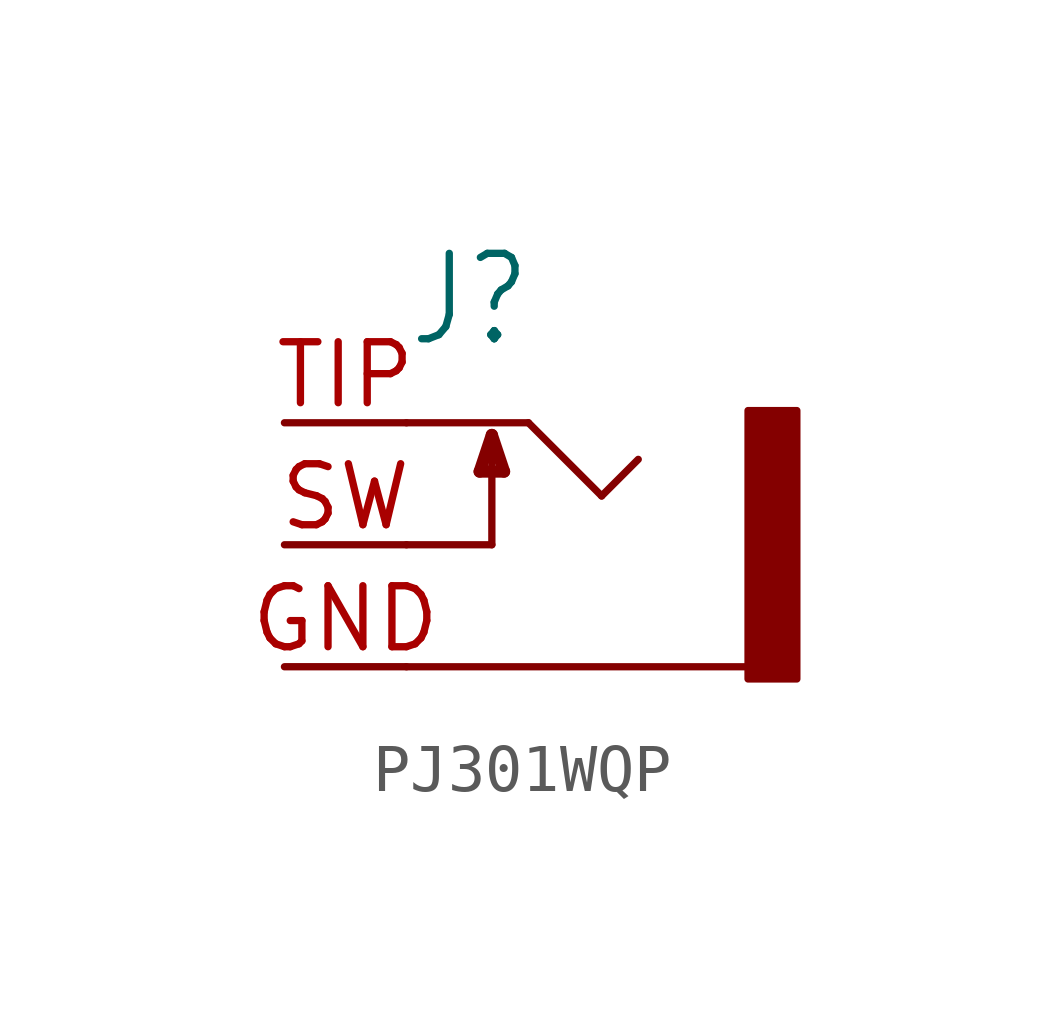
<source format=kicad_sym>
(kicad_symbol_lib
  (version 20211014)
  (generator kicad_symbol_editor)
  (symbol "PJ301WQP"
    (property "Reference" "J"
      (at -2.54 4.064 0)
      (effects (font (size 1.778 1.511)) (justify left bottom)))
    (property "ki_locked" ""
      (at 0 0 0)
      (effects (font (size 1.27 1.27))))
    (symbol "PJ301WQP_1_0"
      (polyline (pts (xy -2.54 -2.54) (xy 4.572 -2.54)) (stroke (width 0.152) (type default) (color 0 0 0 0)) (fill (type none)))
      (polyline (pts (xy -2.54 0) (xy -0.762 0)) (stroke (width 0.152) (type default) (color 0 0 0 0)) (fill (type none)))
      (polyline (pts (xy -2.54 2.54) (xy 0 2.54)) (stroke (width 0.152) (type default) (color 0 0 0 0)) (fill (type none)))
      (polyline (pts (xy -1.016 1.524) (xy -0.508 1.524)) (stroke (width 0.254) (type default) (color 0 0 0 0)) (fill (type none)))
      (polyline (pts (xy -0.762 0) (xy -0.762 2.286)) (stroke (width 0.152) (type default) (color 0 0 0 0)) (fill (type none)))
      (polyline (pts (xy -0.762 2.286) (xy -1.016 1.524)) (stroke (width 0.254) (type default) (color 0 0 0 0)) (fill (type none)))
      (polyline (pts (xy -0.508 1.524) (xy -0.762 2.286)) (stroke (width 0.254) (type default) (color 0 0 0 0)) (fill (type none)))
      (polyline (pts (xy 0 2.54) (xy 1.524 1.016)) (stroke (width 0.152) (type default) (color 0 0 0 0)) (fill (type none)))
      (polyline (pts (xy 1.524 1.016) (xy 2.286 1.778)) (stroke (width 0.152) (type default) (color 0 0 0 0)) (fill (type none)))
      (rectangle (start 4.572 2.794) (end 5.588 -2.794) (stroke (width 0) (type default) (color 0 0 0 0)) (fill (type outline)))
      (pin passive line (at -5.08 -2.54 0) (length 2.54) (name "1" (effects (font (size 0 0)))) (number "GND" (effects (font (size 1.27 1.27)))))
      (pin passive line (at -5.08 0 0) (length 2.54) (name "3" (effects (font (size 0 0)))) (number "SW" (effects (font (size 1.27 1.27)))))
      (pin passive line (at -5.08 2.54 0) (length 2.54) (name "2" (effects (font (size 0 0)))) (number "TIP" (effects (font (size 1.27 1.27))))))))
</source>
